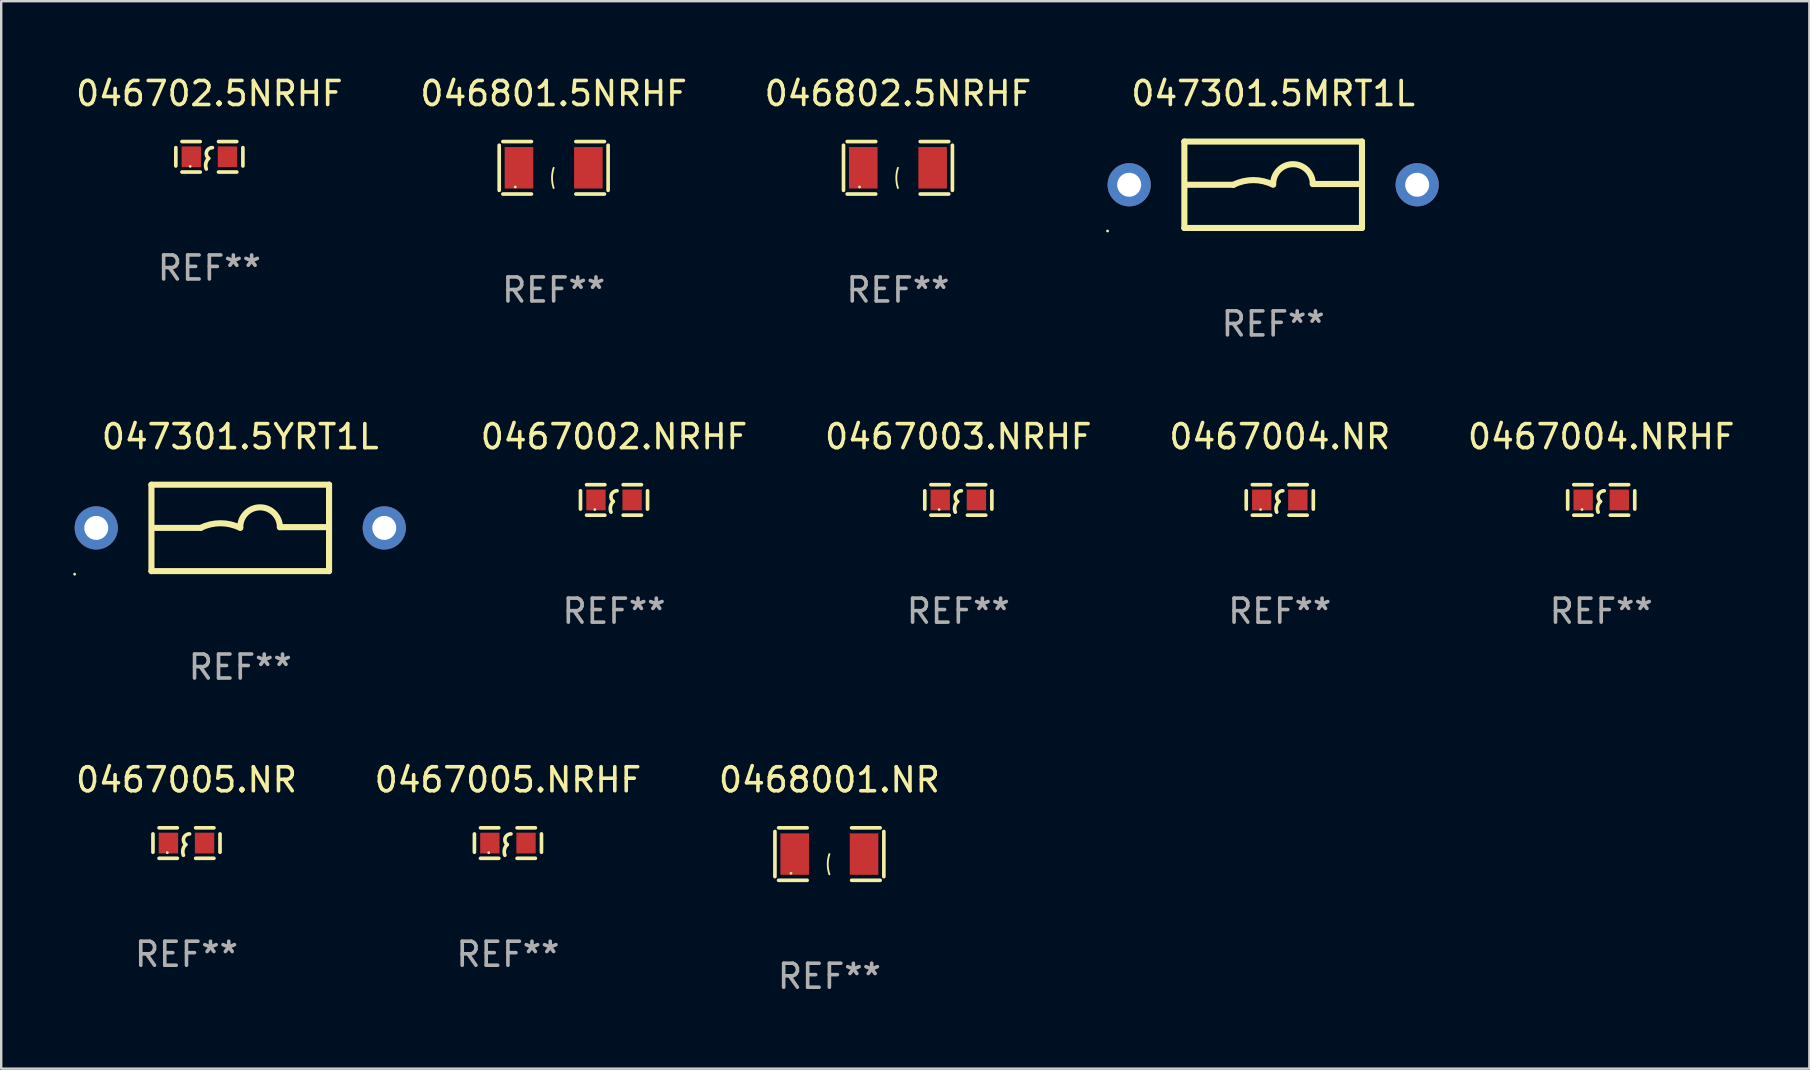
<source format=kicad_pcb>
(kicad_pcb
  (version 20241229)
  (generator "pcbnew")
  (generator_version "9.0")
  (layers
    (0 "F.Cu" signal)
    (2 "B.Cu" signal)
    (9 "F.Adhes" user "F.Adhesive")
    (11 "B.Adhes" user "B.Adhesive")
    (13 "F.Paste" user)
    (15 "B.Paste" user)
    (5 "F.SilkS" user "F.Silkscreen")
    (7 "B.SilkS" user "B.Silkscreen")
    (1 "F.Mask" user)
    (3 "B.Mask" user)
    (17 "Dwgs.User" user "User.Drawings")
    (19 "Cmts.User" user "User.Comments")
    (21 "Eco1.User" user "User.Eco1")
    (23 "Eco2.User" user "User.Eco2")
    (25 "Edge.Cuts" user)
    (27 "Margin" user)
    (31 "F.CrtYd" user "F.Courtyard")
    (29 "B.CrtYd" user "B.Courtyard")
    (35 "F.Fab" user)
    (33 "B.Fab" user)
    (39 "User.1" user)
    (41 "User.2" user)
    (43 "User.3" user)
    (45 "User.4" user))
  (footprint "0467004.NR"
    (layer "F.Cu")
    (at 50.271 17.78)
    (property "Reference" "0467004.NR" (at 0 -2.635 0) (layer "F.SilkS") (effects (font (size 1 1) (thickness 0.15))))
    (attr through_hole)
    (fp_line (start -1.397 -0.381) (end -1.397 0.381) (stroke (width 0.152) (type solid)) (layer "F.SilkS"))
    (fp_line (start -0.381 -0.635) (end -1.143 -0.635) (stroke (width 0.152) (type solid)) (layer "F.SilkS"))
    (fp_line (start -0.381 0.635) (end -1.143 0.635) (stroke (width 0.152) (type solid)) (layer "F.SilkS"))
    (fp_line (start 0.381 -0.635) (end 1.143 -0.635) (stroke (width 0.152) (type solid)) (layer "F.SilkS"))
    (fp_line (start 0.381 0.635) (end 1.143 0.635) (stroke (width 0.152) (type solid)) (layer "F.SilkS"))
    (fp_line (start 1.397 -0.381) (end 1.397 0.381) (stroke (width 0.152) (type solid)) (layer "F.SilkS"))
    (fp_arc (start -0.127 0.508001) (mid -0.146523 0.271131) (end -0.030861 0.0635) (stroke (width 0.151994) (type solid)) (layer "F.SilkS"))
    (fp_arc (start -0.03175 0.0635) (mid -0.113571 -0.216321) (end 0.127001 -0.381002) (stroke (width 0.151994) (type solid)) (layer "F.SilkS"))
    (fp_circle (center -0.8 0.4) (end -0.77 0.4) (stroke (width 0.06) (type solid)) (fill no) (layer "F.SilkS"))
    (fp_text user "REF**" (at 0 4.635 0) (layer "F.Fab") (effects (font (size 1 1) (thickness 0.15))))
    (pad "1" smd rect (at -0.753 0) (size 0.806 0.864) (layers "F.Cu" "F.Mask" "F.Paste"))
    (pad "2" smd rect (at 0.753 0) (size 0.806 0.864) (layers "F.Cu" "F.Mask" "F.Paste")))
  (footprint "046702.5NRHF"
    (layer "F.Cu")
    (at 5.673 3.483)
    (property "Reference" "046702.5NRHF" (at 0 -2.635 0) (layer "F.SilkS") (effects (font (size 1 1) (thickness 0.15))))
    (attr through_hole)
    (fp_line (start -1.397 -0.381) (end -1.397 0.381) (stroke (width 0.152) (type solid)) (layer "F.SilkS"))
    (fp_line (start -0.381 -0.635) (end -1.143 -0.635) (stroke (width 0.152) (type solid)) (layer "F.SilkS"))
    (fp_line (start -0.381 0.635) (end -1.143 0.635) (stroke (width 0.152) (type solid)) (layer "F.SilkS"))
    (fp_line (start 0.381 -0.635) (end 1.143 -0.635) (stroke (width 0.152) (type solid)) (layer "F.SilkS"))
    (fp_line (start 0.381 0.635) (end 1.143 0.635) (stroke (width 0.152) (type solid)) (layer "F.SilkS"))
    (fp_line (start 1.397 -0.381) (end 1.397 0.381) (stroke (width 0.152) (type solid)) (layer "F.SilkS"))
    (fp_arc (start -0.127 0.508001) (mid -0.146523 0.271131) (end -0.030861 0.0635) (stroke (width 0.151994) (type solid)) (layer "F.SilkS"))
    (fp_arc (start -0.03175 0.0635) (mid -0.113571 -0.216321) (end 0.127001 -0.381002) (stroke (width 0.151994) (type solid)) (layer "F.SilkS"))
    (fp_circle (center -0.8 0.4) (end -0.77 0.4) (stroke (width 0.06) (type solid)) (fill no) (layer "F.SilkS"))
    (fp_text user "REF**" (at 0 4.635 0) (layer "F.Fab") (effects (font (size 1 1) (thickness 0.15))))
    (pad "1" smd rect (at -0.753 0) (size 0.806 0.864) (layers "F.Cu" "F.Mask" "F.Paste"))
    (pad "2" smd rect (at 0.753 0) (size 0.806 0.864) (layers "F.Cu" "F.Mask" "F.Paste")))
  (footprint "0467005.NRHF"
    (layer "F.Cu")
    (at 18.113 32.076)
    (property "Reference" "0467005.NRHF" (at 0 -2.635 0) (layer "F.SilkS") (effects (font (size 1 1) (thickness 0.15))))
    (attr through_hole)
    (fp_line (start -1.397 -0.381) (end -1.397 0.381) (stroke (width 0.152) (type solid)) (layer "F.SilkS"))
    (fp_line (start -0.381 -0.635) (end -1.143 -0.635) (stroke (width 0.152) (type solid)) (layer "F.SilkS"))
    (fp_line (start -0.381 0.635) (end -1.143 0.635) (stroke (width 0.152) (type solid)) (layer "F.SilkS"))
    (fp_line (start 0.381 -0.635) (end 1.143 -0.635) (stroke (width 0.152) (type solid)) (layer "F.SilkS"))
    (fp_line (start 0.381 0.635) (end 1.143 0.635) (stroke (width 0.152) (type solid)) (layer "F.SilkS"))
    (fp_line (start 1.397 -0.381) (end 1.397 0.381) (stroke (width 0.152) (type solid)) (layer "F.SilkS"))
    (fp_arc (start -0.127 0.508001) (mid -0.146523 0.271131) (end -0.030861 0.0635) (stroke (width 0.151994) (type solid)) (layer "F.SilkS"))
    (fp_arc (start -0.03175 0.0635) (mid -0.113571 -0.216321) (end 0.127001 -0.381002) (stroke (width 0.151994) (type solid)) (layer "F.SilkS"))
    (fp_circle (center -0.8 0.4) (end -0.77 0.4) (stroke (width 0.06) (type solid)) (fill no) (layer "F.SilkS"))
    (fp_text user "REF**" (at 0 4.635 0) (layer "F.Fab") (effects (font (size 1 1) (thickness 0.15))))
    (pad "1" smd rect (at -0.753 0) (size 0.806 0.864) (layers "F.Cu" "F.Mask" "F.Paste"))
    (pad "2" smd rect (at 0.753 0) (size 0.806 0.864) (layers "F.Cu" "F.Mask" "F.Paste")))
  (footprint "047301.5YRT1L"
    (layer "F.Cu")
    (at 6.96 18.945)
    (property "Reference" "047301.5YRT1L" (at 0 -3.8 0) (layer "F.SilkS") (effects (font (size 1 1) (thickness 0.15))))
    (attr through_hole)
    (fp_line (start -3.7 -1.8) (end -3.7 1.8) (stroke (width 0.254) (type solid)) (layer "F.SilkS"))
    (fp_line (start -3.7 -1.8) (end 3.7 -1.8) (stroke (width 0.254) (type solid)) (layer "F.SilkS"))
    (fp_line (start -3.7 1.8) (end 3.7 1.8) (stroke (width 0.254) (type solid)) (layer "F.SilkS"))
    (fp_line (start -3.556 0) (end -1.651 0) (stroke (width 0.254) (type solid)) (layer "F.SilkS"))
    (fp_line (start 3.556 -0.032) (end 1.651 -0.032) (stroke (width 0.254) (type solid)) (layer "F.SilkS"))
    (fp_line (start 3.7 -1.8) (end 3.7 1.8) (stroke (width 0.254) (type solid)) (layer "F.SilkS"))
    (fp_arc (start -1.651003 0) (mid -0.825502 -0.194874) (end 0 0) (stroke (width 0.254001) (type solid)) (layer "F.SilkS"))
    (fp_arc (start 0.000025 -0.031699) (mid 0.825527 -0.857201) (end 1.651029 -0.031699) (stroke (width 0.254001) (type solid)) (layer "F.SilkS"))
    (fp_circle (center -6.9 1.927) (end -6.87 1.927) (stroke (width 0.06) (type solid)) (fill no) (layer "F.SilkS"))
    (fp_text user "REF**" (at 0 5.8 0) (layer "F.Fab") (effects (font (size 1 1) (thickness 0.15))))
    (pad "1" thru_hole circle (at -6 0) (size 1.8 1.8) (drill 1) (layers "*.Cu" "*.Mask"))
    (pad "2" thru_hole circle (at 6 0) (size 1.8 1.8) (drill 1) (layers "*.Cu" "*.Mask")))
  (footprint "0467005.NR"
    (layer "F.Cu")
    (at 4.72 32.076)
    (property "Reference" "0467005.NR" (at 0 -2.635 0) (layer "F.SilkS") (effects (font (size 1 1) (thickness 0.15))))
    (attr through_hole)
    (fp_line (start -1.397 -0.381) (end -1.397 0.381) (stroke (width 0.152) (type solid)) (layer "F.SilkS"))
    (fp_line (start -0.381 -0.635) (end -1.143 -0.635) (stroke (width 0.152) (type solid)) (layer "F.SilkS"))
    (fp_line (start -0.381 0.635) (end -1.143 0.635) (stroke (width 0.152) (type solid)) (layer "F.SilkS"))
    (fp_line (start 0.381 -0.635) (end 1.143 -0.635) (stroke (width 0.152) (type solid)) (layer "F.SilkS"))
    (fp_line (start 0.381 0.635) (end 1.143 0.635) (stroke (width 0.152) (type solid)) (layer "F.SilkS"))
    (fp_line (start 1.397 -0.381) (end 1.397 0.381) (stroke (width 0.152) (type solid)) (layer "F.SilkS"))
    (fp_arc (start -0.127 0.508001) (mid -0.146523 0.271131) (end -0.030861 0.0635) (stroke (width 0.151994) (type solid)) (layer "F.SilkS"))
    (fp_arc (start -0.03175 0.0635) (mid -0.113571 -0.216321) (end 0.127001 -0.381002) (stroke (width 0.151994) (type solid)) (layer "F.SilkS"))
    (fp_circle (center -0.8 0.4) (end -0.77 0.4) (stroke (width 0.06) (type solid)) (fill no) (layer "F.SilkS"))
    (fp_text user "REF**" (at 0 4.635 0) (layer "F.Fab") (effects (font (size 1 1) (thickness 0.15))))
    (pad "1" smd rect (at -0.753 0) (size 0.806 0.864) (layers "F.Cu" "F.Mask" "F.Paste"))
    (pad "2" smd rect (at 0.753 0) (size 0.806 0.864) (layers "F.Cu" "F.Mask" "F.Paste")))
  (footprint "046801.5NRHF"
    (layer "F.Cu")
    (at 20.018 3.941)
    (property "Reference" "046801.5NRHF" (at 0 -3.093 0) (layer "F.SilkS") (effects (font (size 1 1) (thickness 0.15))))
    (attr through_hole)
    (fp_line (start -2.269 -0.94) (end -2.269 0.94) (stroke (width 0.152) (type solid)) (layer "F.SilkS"))
    (fp_line (start -2.116 1.093) (end -0.926 1.093) (stroke (width 0.152) (type solid)) (layer "F.SilkS"))
    (fp_line (start -0.926 -1.093) (end -2.116 -1.093) (stroke (width 0.152) (type solid)) (layer "F.SilkS"))
    (fp_line (start 0.926 -1.093) (end 2.116 -1.093) (stroke (width 0.152) (type solid)) (layer "F.SilkS"))
    (fp_line (start 2.116 1.093) (end 0.926 1.093) (stroke (width 0.152) (type solid)) (layer "F.SilkS"))
    (fp_line (start 2.269 -0.94) (end 2.269 0.94) (stroke (width 0.152) (type solid)) (layer "F.SilkS"))
    (fp_arc (start 0 0.844951) (mid -0.068559 0.422475) (end 0 0) (stroke (width 0.0762) (type solid)) (layer "F.SilkS"))
    (fp_circle (center -1.6 0.8) (end -1.57 0.8) (stroke (width 0.06) (type solid)) (fill no) (layer "F.SilkS"))
    (fp_text user "REF**" (at 0 5.093 0) (layer "F.Fab") (effects (font (size 1 1) (thickness 0.15))))
    (pad "1" smd rect (at -1.445 0) (size 1.19 1.728) (layers "F.Cu" "F.Mask" "F.Paste"))
    (pad "2" smd rect (at 1.445 0) (size 1.19 1.728) (layers "F.Cu" "F.Mask" "F.Paste")))
  (footprint "0468001.NR"
    (layer "F.Cu")
    (at 31.506 32.534)
    (property "Reference" "0468001.NR" (at 0 -3.093 0) (layer "F.SilkS") (effects (font (size 1 1) (thickness 0.15))))
    (attr through_hole)
    (fp_line (start -2.269 -0.94) (end -2.269 0.94) (stroke (width 0.152) (type solid)) (layer "F.SilkS"))
    (fp_line (start -2.116 1.093) (end -0.926 1.093) (stroke (width 0.152) (type solid)) (layer "F.SilkS"))
    (fp_line (start -0.926 -1.093) (end -2.116 -1.093) (stroke (width 0.152) (type solid)) (layer "F.SilkS"))
    (fp_line (start 0.926 -1.093) (end 2.116 -1.093) (stroke (width 0.152) (type solid)) (layer "F.SilkS"))
    (fp_line (start 2.116 1.093) (end 0.926 1.093) (stroke (width 0.152) (type solid)) (layer "F.SilkS"))
    (fp_line (start 2.269 -0.94) (end 2.269 0.94) (stroke (width 0.152) (type solid)) (layer "F.SilkS"))
    (fp_arc (start 0 0.844951) (mid -0.068559 0.422475) (end 0 0) (stroke (width 0.0762) (type solid)) (layer "F.SilkS"))
    (fp_circle (center -1.6 0.8) (end -1.57 0.8) (stroke (width 0.06) (type solid)) (fill no) (layer "F.SilkS"))
    (fp_text user "REF**" (at 0 5.093 0) (layer "F.Fab") (effects (font (size 1 1) (thickness 0.15))))
    (pad "1" smd rect (at -1.445 0) (size 1.19 1.728) (layers "F.Cu" "F.Mask" "F.Paste"))
    (pad "2" smd rect (at 1.445 0) (size 1.19 1.728) (layers "F.Cu" "F.Mask" "F.Paste")))
  (footprint "0467003.NRHF"
    (layer "F.Cu")
    (at 36.878 17.78)
    (property "Reference" "0467003.NRHF" (at 0 -2.635 0) (layer "F.SilkS") (effects (font (size 1 1) (thickness 0.15))))
    (attr through_hole)
    (fp_line (start -1.397 -0.381) (end -1.397 0.381) (stroke (width 0.152) (type solid)) (layer "F.SilkS"))
    (fp_line (start -0.381 -0.635) (end -1.143 -0.635) (stroke (width 0.152) (type solid)) (layer "F.SilkS"))
    (fp_line (start -0.381 0.635) (end -1.143 0.635) (stroke (width 0.152) (type solid)) (layer "F.SilkS"))
    (fp_line (start 0.381 -0.635) (end 1.143 -0.635) (stroke (width 0.152) (type solid)) (layer "F.SilkS"))
    (fp_line (start 0.381 0.635) (end 1.143 0.635) (stroke (width 0.152) (type solid)) (layer "F.SilkS"))
    (fp_line (start 1.397 -0.381) (end 1.397 0.381) (stroke (width 0.152) (type solid)) (layer "F.SilkS"))
    (fp_arc (start -0.127 0.508001) (mid -0.146523 0.271131) (end -0.030861 0.0635) (stroke (width 0.151994) (type solid)) (layer "F.SilkS"))
    (fp_arc (start -0.03175 0.0635) (mid -0.113571 -0.216321) (end 0.127001 -0.381002) (stroke (width 0.151994) (type solid)) (layer "F.SilkS"))
    (fp_circle (center -0.8 0.4) (end -0.77 0.4) (stroke (width 0.06) (type solid)) (fill no) (layer "F.SilkS"))
    (fp_text user "REF**" (at 0 4.635 0) (layer "F.Fab") (effects (font (size 1 1) (thickness 0.15))))
    (pad "1" smd rect (at -0.753 0) (size 0.806 0.864) (layers "F.Cu" "F.Mask" "F.Paste"))
    (pad "2" smd rect (at 0.753 0) (size 0.806 0.864) (layers "F.Cu" "F.Mask" "F.Paste")))
  (footprint "046802.5NRHF"
    (layer "F.Cu")
    (at 34.363 3.941)
    (property "Reference" "046802.5NRHF" (at 0 -3.093 0) (layer "F.SilkS") (effects (font (size 1 1) (thickness 0.15))))
    (attr through_hole)
    (fp_line (start -2.269 -0.94) (end -2.269 0.94) (stroke (width 0.152) (type solid)) (layer "F.SilkS"))
    (fp_line (start -2.116 1.093) (end -0.926 1.093) (stroke (width 0.152) (type solid)) (layer "F.SilkS"))
    (fp_line (start -0.926 -1.093) (end -2.116 -1.093) (stroke (width 0.152) (type solid)) (layer "F.SilkS"))
    (fp_line (start 0.926 -1.093) (end 2.116 -1.093) (stroke (width 0.152) (type solid)) (layer "F.SilkS"))
    (fp_line (start 2.116 1.093) (end 0.926 1.093) (stroke (width 0.152) (type solid)) (layer "F.SilkS"))
    (fp_line (start 2.269 -0.94) (end 2.269 0.94) (stroke (width 0.152) (type solid)) (layer "F.SilkS"))
    (fp_arc (start 0 0.844951) (mid -0.068559 0.422475) (end 0 0) (stroke (width 0.0762) (type solid)) (layer "F.SilkS"))
    (fp_circle (center -1.6 0.8) (end -1.57 0.8) (stroke (width 0.06) (type solid)) (fill no) (layer "F.SilkS"))
    (fp_text user "REF**" (at 0 5.093 0) (layer "F.Fab") (effects (font (size 1 1) (thickness 0.15))))
    (pad "1" smd rect (at -1.445 0) (size 1.19 1.728) (layers "F.Cu" "F.Mask" "F.Paste"))
    (pad "2" smd rect (at 1.445 0) (size 1.19 1.728) (layers "F.Cu" "F.Mask" "F.Paste")))
  (footprint "0467002.NRHF"
    (layer "F.Cu")
    (at 22.533 17.78)
    (property "Reference" "0467002.NRHF" (at 0 -2.635 0) (layer "F.SilkS") (effects (font (size 1 1) (thickness 0.15))))
    (attr through_hole)
    (fp_line (start -1.397 -0.381) (end -1.397 0.381) (stroke (width 0.152) (type solid)) (layer "F.SilkS"))
    (fp_line (start -0.381 -0.635) (end -1.143 -0.635) (stroke (width 0.152) (type solid)) (layer "F.SilkS"))
    (fp_line (start -0.381 0.635) (end -1.143 0.635) (stroke (width 0.152) (type solid)) (layer "F.SilkS"))
    (fp_line (start 0.381 -0.635) (end 1.143 -0.635) (stroke (width 0.152) (type solid)) (layer "F.SilkS"))
    (fp_line (start 0.381 0.635) (end 1.143 0.635) (stroke (width 0.152) (type solid)) (layer "F.SilkS"))
    (fp_line (start 1.397 -0.381) (end 1.397 0.381) (stroke (width 0.152) (type solid)) (layer "F.SilkS"))
    (fp_arc (start -0.127 0.508001) (mid -0.146523 0.271131) (end -0.030861 0.0635) (stroke (width 0.151994) (type solid)) (layer "F.SilkS"))
    (fp_arc (start -0.03175 0.0635) (mid -0.113571 -0.216321) (end 0.127001 -0.381002) (stroke (width 0.151994) (type solid)) (layer "F.SilkS"))
    (fp_circle (center -0.8 0.4) (end -0.77 0.4) (stroke (width 0.06) (type solid)) (fill no) (layer "F.SilkS"))
    (fp_text user "REF**" (at 0 4.635 0) (layer "F.Fab") (effects (font (size 1 1) (thickness 0.15))))
    (pad "1" smd rect (at -0.753 0) (size 0.806 0.864) (layers "F.Cu" "F.Mask" "F.Paste"))
    (pad "2" smd rect (at 0.753 0) (size 0.806 0.864) (layers "F.Cu" "F.Mask" "F.Paste")))
  (footprint "047301.5MRT1L"
    (layer "F.Cu")
    (at 49.996 4.648)
    (property "Reference" "047301.5MRT1L" (at 0 -3.8 0) (layer "F.SilkS") (effects (font (size 1 1) (thickness 0.15))))
    (attr through_hole)
    (fp_line (start -3.7 -1.8) (end -3.7 1.8) (stroke (width 0.254) (type solid)) (layer "F.SilkS"))
    (fp_line (start -3.7 -1.8) (end 3.7 -1.8) (stroke (width 0.254) (type solid)) (layer "F.SilkS"))
    (fp_line (start -3.7 1.8) (end 3.7 1.8) (stroke (width 0.254) (type solid)) (layer "F.SilkS"))
    (fp_line (start -3.556 0) (end -1.651 0) (stroke (width 0.254) (type solid)) (layer "F.SilkS"))
    (fp_line (start 3.556 -0.032) (end 1.651 -0.032) (stroke (width 0.254) (type solid)) (layer "F.SilkS"))
    (fp_line (start 3.7 -1.8) (end 3.7 1.8) (stroke (width 0.254) (type solid)) (layer "F.SilkS"))
    (fp_arc (start -1.651003 0) (mid -0.825502 -0.194874) (end 0 0) (stroke (width 0.254001) (type solid)) (layer "F.SilkS"))
    (fp_arc (start 0.000025 -0.031699) (mid 0.825527 -0.857201) (end 1.651029 -0.031699) (stroke (width 0.254001) (type solid)) (layer "F.SilkS"))
    (fp_circle (center -6.9 1.927) (end -6.87 1.927) (stroke (width 0.06) (type solid)) (fill no) (layer "F.SilkS"))
    (fp_text user "REF**" (at 0 5.8 0) (layer "F.Fab") (effects (font (size 1 1) (thickness 0.15))))
    (pad "1" thru_hole circle (at -6 0) (size 1.8 1.8) (drill 1) (layers "*.Cu" "*.Mask"))
    (pad "2" thru_hole circle (at 6 0) (size 1.8 1.8) (drill 1) (layers "*.Cu" "*.Mask")))
  (footprint "0467004.NRHF"
    (layer "F.Cu")
    (at 63.664 17.78)
    (property "Reference" "0467004.NRHF" (at 0 -2.635 0) (layer "F.SilkS") (effects (font (size 1 1) (thickness 0.15))))
    (attr through_hole)
    (fp_line (start -1.397 -0.381) (end -1.397 0.381) (stroke (width 0.152) (type solid)) (layer "F.SilkS"))
    (fp_line (start -0.381 -0.635) (end -1.143 -0.635) (stroke (width 0.152) (type solid)) (layer "F.SilkS"))
    (fp_line (start -0.381 0.635) (end -1.143 0.635) (stroke (width 0.152) (type solid)) (layer "F.SilkS"))
    (fp_line (start 0.381 -0.635) (end 1.143 -0.635) (stroke (width 0.152) (type solid)) (layer "F.SilkS"))
    (fp_line (start 0.381 0.635) (end 1.143 0.635) (stroke (width 0.152) (type solid)) (layer "F.SilkS"))
    (fp_line (start 1.397 -0.381) (end 1.397 0.381) (stroke (width 0.152) (type solid)) (layer "F.SilkS"))
    (fp_arc (start -0.127 0.508001) (mid -0.146523 0.271131) (end -0.030861 0.0635) (stroke (width 0.151994) (type solid)) (layer "F.SilkS"))
    (fp_arc (start -0.03175 0.0635) (mid -0.113571 -0.216321) (end 0.127001 -0.381002) (stroke (width 0.151994) (type solid)) (layer "F.SilkS"))
    (fp_circle (center -0.8 0.4) (end -0.77 0.4) (stroke (width 0.06) (type solid)) (fill no) (layer "F.SilkS"))
    (fp_text user "REF**" (at 0 4.635 0) (layer "F.Fab") (effects (font (size 1 1) (thickness 0.15))))
    (pad "1" smd rect (at -0.753 0) (size 0.806 0.864) (layers "F.Cu" "F.Mask" "F.Paste"))
    (pad "2" smd rect (at 0.753 0) (size 0.806 0.864) (layers "F.Cu" "F.Mask" "F.Paste")))
  (gr_rect
    (start -3 -3)
    (end 72.336 41.475)
    (stroke (width 0.1) (type default))
    (fill no)
    (layer "Edge.Cuts")))
</source>
